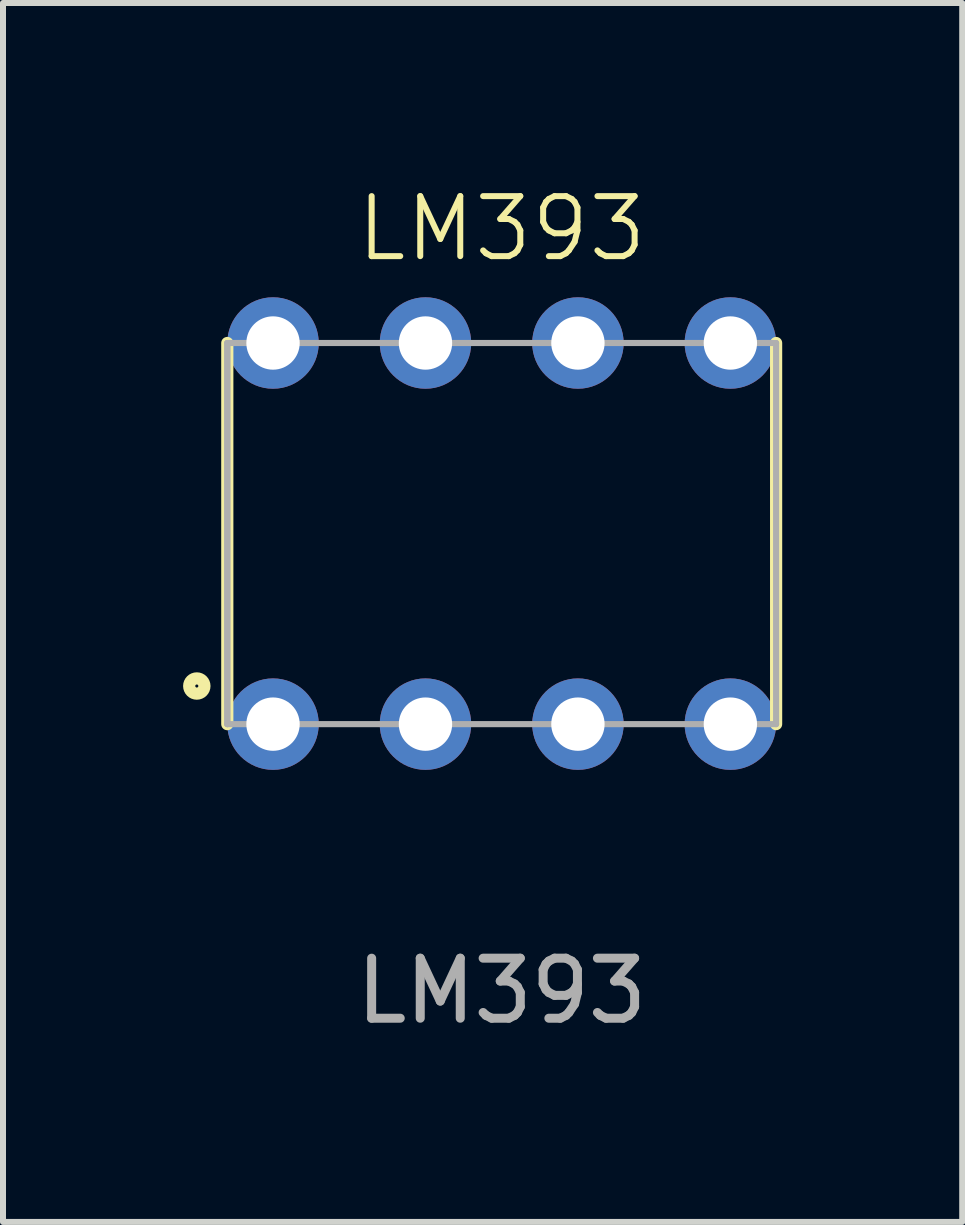
<source format=kicad_pcb>
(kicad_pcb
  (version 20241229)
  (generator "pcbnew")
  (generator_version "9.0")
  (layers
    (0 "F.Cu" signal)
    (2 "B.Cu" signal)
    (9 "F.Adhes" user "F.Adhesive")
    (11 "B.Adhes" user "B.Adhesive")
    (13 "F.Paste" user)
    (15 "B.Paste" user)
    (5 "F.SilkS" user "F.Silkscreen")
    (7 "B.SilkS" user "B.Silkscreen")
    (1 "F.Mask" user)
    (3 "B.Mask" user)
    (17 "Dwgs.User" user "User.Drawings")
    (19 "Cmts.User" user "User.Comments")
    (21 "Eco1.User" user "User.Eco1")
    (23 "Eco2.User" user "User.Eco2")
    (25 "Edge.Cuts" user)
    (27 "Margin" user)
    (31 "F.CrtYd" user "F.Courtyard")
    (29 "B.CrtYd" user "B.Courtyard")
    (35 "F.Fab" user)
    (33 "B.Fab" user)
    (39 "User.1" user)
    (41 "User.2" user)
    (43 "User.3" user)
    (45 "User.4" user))
  (footprint "LM393"
    (layer "F.Cu")
    (at 5.309 5.84)
    (property "Reference" "LM393" (at 0 -5.08 0) (unlocked yes) (layer "F.SilkS") (effects (font (size 1 1) (thickness 0.1))))
    (attr through_hole)
    (fp_line (start -4.572 -3.175) (end -4.572 3.175) (stroke (width 0.203) (type default)) (layer "F.SilkS"))
    (fp_line (start 4.572 -3.175) (end 4.572 3.175) (stroke (width 0.203) (type default)) (layer "F.SilkS"))
    (fp_circle (center -5.08 2.54) (end -4.953 2.54) (stroke (width 0.203) (type default)) (fill no) (layer "F.SilkS"))
    (fp_line (start -4.572 -3.175) (end 4.572 -3.175) (stroke (width 0.102) (type default)) (layer "F.Fab"))
    (fp_line (start -4.572 3.175) (end -4.572 -3.175) (stroke (width 0.102) (type default)) (layer "F.Fab"))
    (fp_line (start -4.572 3.175) (end -4.572 -3.175) (stroke (width 0.102) (type default)) (layer "F.Fab"))
    (fp_line (start -4.572 3.175) (end 4.572 3.175) (stroke (width 0.102) (type default)) (layer "F.Fab"))
    (fp_line (start 4.572 3.175) (end 4.572 -3.175) (stroke (width 0.102) (type default)) (layer "F.Fab"))
    (fp_text user "${REFERENCE}" (at 0 7.62 0) (unlocked yes) (layer "F.Fab") (effects (font (size 1 1) (thickness 0.15))))
    (pad "1" thru_hole circle (at -3.81 3.175) (size 1.524 1.524) (drill 0.889) (layers "*.Cu" "*.Mask"))
    (pad "2" thru_hole circle (at -1.27 3.175) (size 1.524 1.524) (drill 0.889) (layers "*.Cu" "*.Mask"))
    (pad "3" thru_hole circle (at 1.27 3.175) (size 1.524 1.524) (drill 0.889) (layers "*.Cu" "*.Mask"))
    (pad "4" thru_hole circle (at 3.81 3.175) (size 1.524 1.524) (drill 0.889) (layers "*.Cu" "*.Mask"))
    (pad "5" thru_hole circle (at 3.81 -3.175) (size 1.524 1.524) (drill 0.889) (layers "*.Cu" "*.Mask"))
    (pad "6" thru_hole circle (at 1.27 -3.175) (size 1.524 1.524) (drill 0.889) (layers "*.Cu" "*.Mask"))
    (pad "7" thru_hole circle (at -1.27 -3.175) (size 1.524 1.524) (drill 0.889) (layers "*.Cu" "*.Mask"))
    (pad "8" thru_hole circle (at -3.81 -3.175) (size 1.524 1.524) (drill 0.889) (layers "*.Cu" "*.Mask")))
  (gr_rect
    (start -3 -3)
    (end 12.982 17.309)
    (stroke (width 0.1) (type default))
    (fill no)
    (layer "Edge.Cuts")))
</source>
